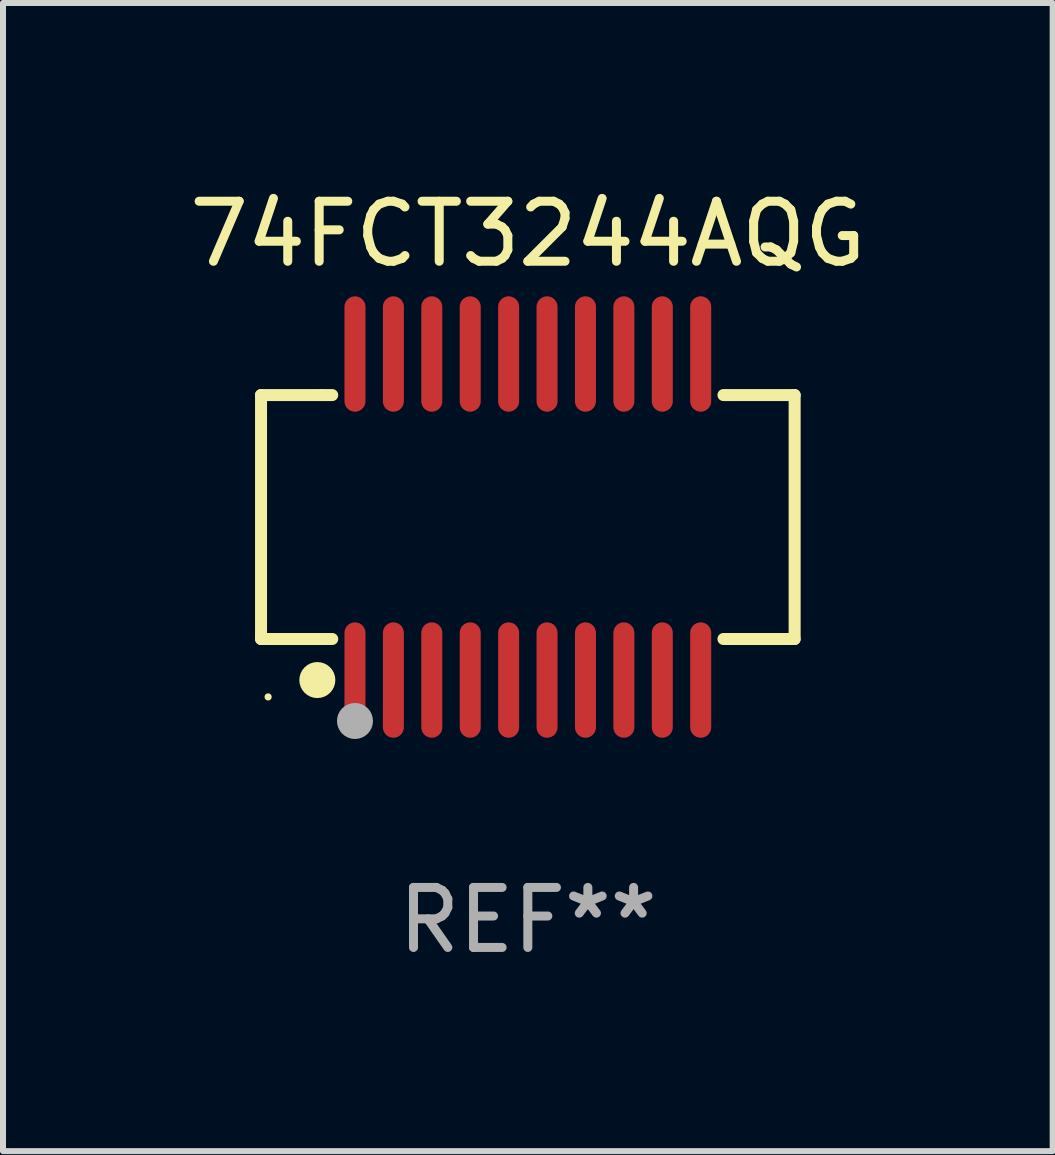
<source format=kicad_pcb>
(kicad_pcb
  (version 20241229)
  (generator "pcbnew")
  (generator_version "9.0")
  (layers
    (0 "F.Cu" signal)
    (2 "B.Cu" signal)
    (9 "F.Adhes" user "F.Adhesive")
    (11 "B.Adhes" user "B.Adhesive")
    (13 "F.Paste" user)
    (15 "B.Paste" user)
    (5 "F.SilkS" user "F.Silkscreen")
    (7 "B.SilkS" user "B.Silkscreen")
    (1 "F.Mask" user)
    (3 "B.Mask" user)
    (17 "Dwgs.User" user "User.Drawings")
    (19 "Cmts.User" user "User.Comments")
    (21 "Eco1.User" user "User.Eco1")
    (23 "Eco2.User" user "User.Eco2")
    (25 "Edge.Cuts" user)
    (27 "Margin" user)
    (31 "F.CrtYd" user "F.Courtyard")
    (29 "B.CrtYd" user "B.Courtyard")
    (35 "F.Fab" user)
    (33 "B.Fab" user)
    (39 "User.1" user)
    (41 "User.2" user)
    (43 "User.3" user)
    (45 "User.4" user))
  (footprint "74FCT3244AQG"
    (layer "F.Cu")
    (at 5.744 5.564)
    (property "Reference" "74FCT3244AQG" (at 0 -4.716 0) (layer "F.SilkS") (effects (font (size 1 1) (thickness 0.15))))
    (attr through_hole)
    (fp_line (start -4.445 -2.032) (end -4.445 2.032) (stroke (width 0.2) (type solid)) (layer "F.SilkS"))
    (fp_line (start -4.445 2.032) (end -3.259 2.032) (stroke (width 0.2) (type solid)) (layer "F.SilkS"))
    (fp_line (start -3.429 -2.032) (end -4.445 -2.032) (stroke (width 0.2) (type solid)) (layer "F.SilkS"))
    (fp_line (start -3.259 -2.032) (end -3.429 -2.032) (stroke (width 0.2) (type solid)) (layer "F.SilkS"))
    (fp_line (start 3.259 2.032) (end 4.445 2.032) (stroke (width 0.2) (type solid)) (layer "F.SilkS"))
    (fp_line (start 4.445 -2.032) (end 3.259 -2.032) (stroke (width 0.2) (type solid)) (layer "F.SilkS"))
    (fp_line (start 4.445 2.032) (end 4.445 -2.032) (stroke (width 0.2) (type solid)) (layer "F.SilkS"))
    (fp_circle (center -4.327 2.997) (end -4.297 2.997) (stroke (width 0.06) (type solid)) (fill no) (layer "F.SilkS"))
    (fp_circle (center -3.507 2.716) (end -3.357 2.716) (stroke (width 0.3) (type solid)) (fill no) (layer "F.SilkS"))
    (fp_circle (center -2.88 3.398) (end -2.73 3.398) (stroke (width 0.3) (type solid)) (fill no) (layer "F.Fab"))
    (fp_text user "REF**" (at 0 6.716 0) (layer "F.Fab") (effects (font (size 1 1) (thickness 0.15))))
    (pad "1" smd oval (at -2.88 2.716) (size 0.35 1.922) (layers "F.Cu" "F.Mask" "F.Paste"))
    (pad "2" smd oval (at -2.24 2.716) (size 0.35 1.922) (layers "F.Cu" "F.Mask" "F.Paste"))
    (pad "3" smd oval (at -1.6 2.716) (size 0.35 1.922) (layers "F.Cu" "F.Mask" "F.Paste"))
    (pad "4" smd oval (at -0.96 2.716) (size 0.35 1.922) (layers "F.Cu" "F.Mask" "F.Paste"))
    (pad "5" smd oval (at -0.32 2.716) (size 0.35 1.922) (layers "F.Cu" "F.Mask" "F.Paste"))
    (pad "6" smd oval (at 0.32 2.716) (size 0.35 1.922) (layers "F.Cu" "F.Mask" "F.Paste"))
    (pad "7" smd oval (at 0.96 2.716) (size 0.35 1.922) (layers "F.Cu" "F.Mask" "F.Paste"))
    (pad "8" smd oval (at 1.6 2.716) (size 0.35 1.922) (layers "F.Cu" "F.Mask" "F.Paste"))
    (pad "9" smd oval (at 2.24 2.716) (size 0.35 1.922) (layers "F.Cu" "F.Mask" "F.Paste"))
    (pad "10" smd oval (at 2.88 2.716) (size 0.35 1.922) (layers "F.Cu" "F.Mask" "F.Paste"))
    (pad "11" smd oval (at 2.88 -2.716) (size 0.35 1.922) (layers "F.Cu" "F.Mask" "F.Paste"))
    (pad "12" smd oval (at 2.24 -2.716) (size 0.35 1.922) (layers "F.Cu" "F.Mask" "F.Paste"))
    (pad "13" smd oval (at 1.6 -2.716) (size 0.35 1.922) (layers "F.Cu" "F.Mask" "F.Paste"))
    (pad "14" smd oval (at 0.96 -2.716) (size 0.35 1.922) (layers "F.Cu" "F.Mask" "F.Paste"))
    (pad "15" smd oval (at 0.32 -2.716) (size 0.35 1.922) (layers "F.Cu" "F.Mask" "F.Paste"))
    (pad "16" smd oval (at -0.32 -2.716) (size 0.35 1.922) (layers "F.Cu" "F.Mask" "F.Paste"))
    (pad "17" smd oval (at -0.96 -2.716) (size 0.35 1.922) (layers "F.Cu" "F.Mask" "F.Paste"))
    (pad "18" smd oval (at -1.6 -2.716) (size 0.35 1.922) (layers "F.Cu" "F.Mask" "F.Paste"))
    (pad "19" smd oval (at -2.24 -2.716) (size 0.35 1.922) (layers "F.Cu" "F.Mask" "F.Paste"))
    (pad "20" smd oval (at -2.88 -2.716) (size 0.35 1.922) (layers "F.Cu" "F.Mask" "F.Paste")))
  (gr_rect
    (start -3 -3)
    (end 14.488 16.128)
    (stroke (width 0.1) (type default))
    (fill no)
    (layer "Edge.Cuts")))
</source>
